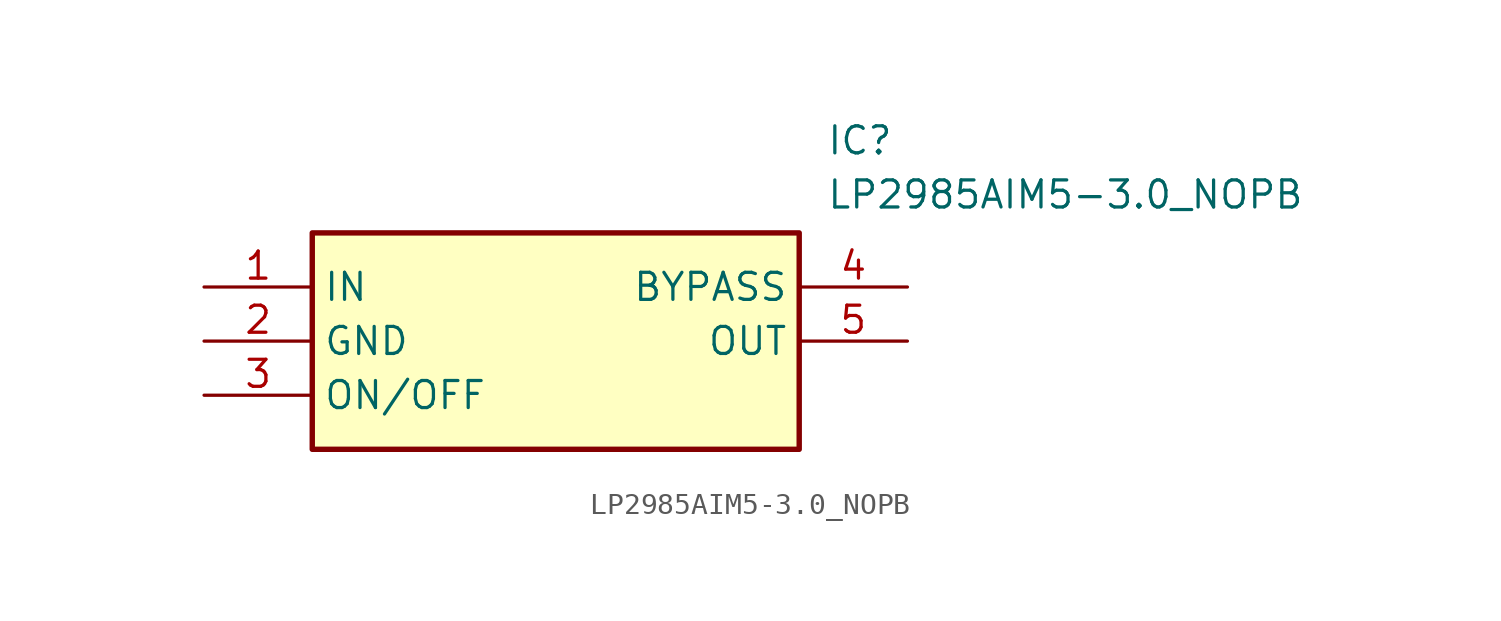
<source format=kicad_sym>
(kicad_symbol_lib
  (version 20211014)
  (generator SamacSys_ECAD_Model)
  (symbol "LP2985AIM5-3.0_NOPB"
    (property "Reference" "IC"
      (at 29.21 7.62 0)
      (effects (font (size 1.27 1.27)) (justify left top)))
    (property "Value" "LP2985AIM5-3.0_NOPB"
      (at 29.21 5.08 0)
      (effects (font (size 1.27 1.27)) (justify left top)))
    (rectangle
      (start 5.08 2.54)
      (end 27.94 -7.62)
      (stroke (width 0.254) (type default))
      (fill (type background)))
    (pin passive line
      (at 0 0 0)
      (length 5.08)
      (name "IN" (effects (font (size 1.27 1.27))))
      (number "1" (effects (font (size 1.27 1.27)))))
    (pin passive line
      (at 0 -2.54 0)
      (length 5.08)
      (name "GND" (effects (font (size 1.27 1.27))))
      (number "2" (effects (font (size 1.27 1.27)))))
    (pin passive line
      (at 0 -5.08 0)
      (length 5.08)
      (name "ON/OFF" (effects (font (size 1.27 1.27))))
      (number "3" (effects (font (size 1.27 1.27)))))
    (pin passive line
      (at 33.02 0 180)
      (length 5.08)
      (name "BYPASS" (effects (font (size 1.27 1.27))))
      (number "4" (effects (font (size 1.27 1.27)))))
    (pin passive line
      (at 33.02 -2.54 180)
      (length 5.08)
      (name "OUT" (effects (font (size 1.27 1.27))))
      (number "5" (effects (font (size 1.27 1.27)))))))
</source>
